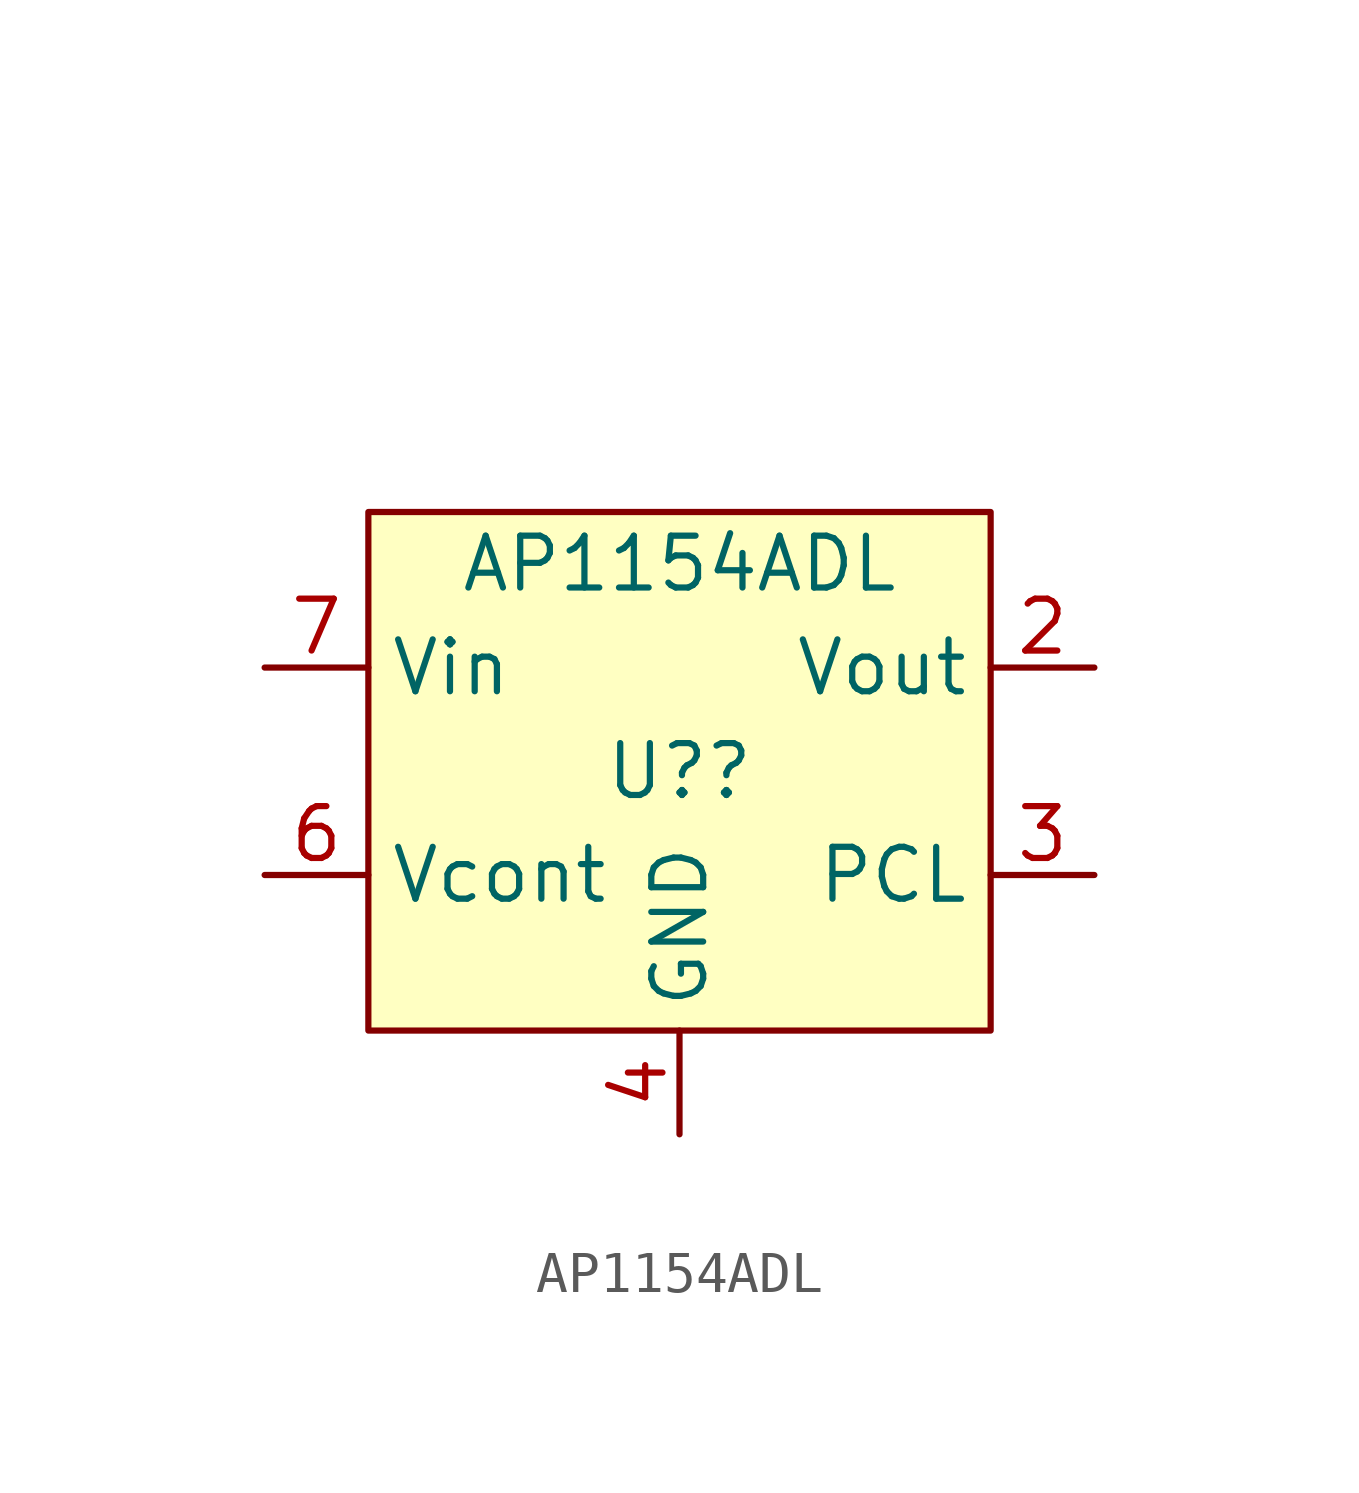
<source format=kicad_sym>
(kicad_symbol_lib
  (version 20211014)
  (generator kicad_symbol_editor)
  (symbol "AP1154ADL"
    (property "Reference" "U?"
      (at 0 0 0)
      (effects (font (size 1.27 1.27))))
    (property "Value" "AP1154ADL"
      (at 0 5.08 0)
      (effects (font (size 1.27 1.27))))
    (symbol "AP1154ADL_0_0"
      (pin no_connect line (at 2.54 12.7 0) (length 2.54) hide (name "NC" (effects (font (size 1.27 1.27)))) (number "1" (effects (font (size 1.27 1.27)))))
      (pin power_out line (at 10.16 2.54 180) (length 2.54) (name "Vout" (effects (font (size 1.27 1.27)))) (number "2" (effects (font (size 1.27 1.27)))))
      (pin output line (at 10.16 -2.54 180) (length 2.54) (name "PCL" (effects (font (size 1.27 1.27)))) (number "3" (effects (font (size 1.27 1.27)))))
      (pin power_in line (at 0 -8.89 90) (length 2.54) (name "GND" (effects (font (size 1.27 1.27)))) (number "4" (effects (font (size 1.27 1.27)))))
      (pin no_connect line (at 2.54 10.16 0) (length 2.54) hide (name "NC" (effects (font (size 1.27 1.27)))) (number "5" (effects (font (size 1.27 1.27)))))
      (pin input line (at -10.16 -2.54 0) (length 2.54) (name "Vcont" (effects (font (size 1.27 1.27)))) (number "6" (effects (font (size 1.27 1.27)))))
      (pin power_in line (at -10.16 2.54 0) (length 2.54) (name "Vin" (effects (font (size 1.27 1.27)))) (number "7" (effects (font (size 1.27 1.27)))))
      (pin no_connect line (at 2.54 7.62 0) (length 2.54) hide (name "NC" (effects (font (size 1.27 1.27)))) (number "8" (effects (font (size 1.27 1.27))))))
    (symbol "AP1154ADL_0_1"
      (rectangle (start 7.62 6.35) (end -7.62 -6.35) (stroke (width 0.152) (type default) (color 0 0 0 0)) (fill (type background))))))
</source>
